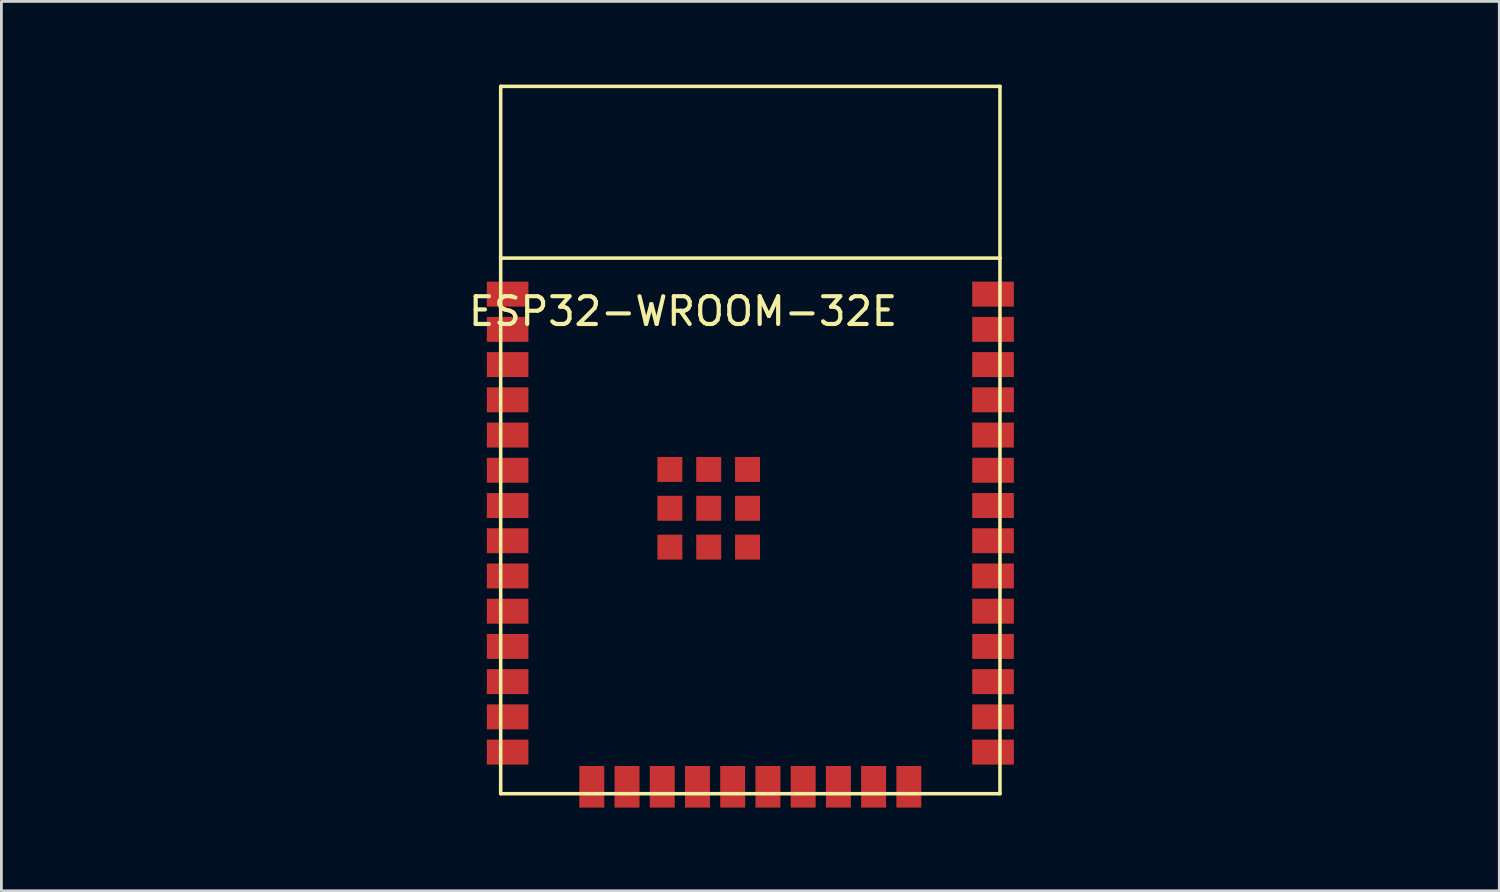
<source format=kicad_pcb>
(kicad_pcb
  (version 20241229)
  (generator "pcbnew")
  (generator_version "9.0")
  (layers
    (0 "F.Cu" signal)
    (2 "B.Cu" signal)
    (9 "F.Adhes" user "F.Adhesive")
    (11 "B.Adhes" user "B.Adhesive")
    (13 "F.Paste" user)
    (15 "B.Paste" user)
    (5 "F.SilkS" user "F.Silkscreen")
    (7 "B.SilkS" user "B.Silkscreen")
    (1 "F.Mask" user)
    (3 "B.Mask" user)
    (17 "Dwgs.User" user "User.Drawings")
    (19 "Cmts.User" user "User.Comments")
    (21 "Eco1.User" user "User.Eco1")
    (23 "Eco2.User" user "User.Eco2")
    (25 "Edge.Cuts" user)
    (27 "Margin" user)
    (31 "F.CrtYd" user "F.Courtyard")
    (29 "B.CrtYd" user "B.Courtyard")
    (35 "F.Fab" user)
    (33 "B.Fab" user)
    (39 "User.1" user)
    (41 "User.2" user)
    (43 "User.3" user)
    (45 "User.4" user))
  (footprint "ESP32-WROOM-32E"
    (layer "F.Cu")
    (at 24 15.809)
    (property "Reference" "ESP32-WROOM-32E" (at -2.425 -7.635 0) (layer "F.SilkS") (effects (font (size 1 1) (thickness 0.15))))
    (attr smd)
    (fp_line (start -9 -15.745) (end 9 -15.745) (stroke (width 0.127) (type solid)) (layer "F.SilkS"))
    (fp_line (start -9 -9.555) (end -9 -15.745) (stroke (width 0.127) (type solid)) (layer "F.SilkS"))
    (fp_line (start -9 -9.555) (end -9 9.755) (stroke (width 0.127) (type solid)) (layer "F.SilkS"))
    (fp_line (start -9 9.755) (end 9 9.755) (stroke (width 0.127) (type solid)) (layer "F.SilkS"))
    (fp_line (start 9 -15.745) (end 9 -9.555) (stroke (width 0.127) (type solid)) (layer "F.SilkS"))
    (fp_line (start 9 -9.555) (end -9 -9.555) (stroke (width 0.127) (type solid)) (layer "F.SilkS"))
    (fp_line (start 9 9.755) (end 9 -9.555) (stroke (width 0.127) (type solid)) (layer "F.SilkS"))
    (pad "1" smd rect (at -8.75 -8.255) (size 1.5 0.9) (layers "F.Cu" "F.Mask" "F.Paste"))
    (pad "2" smd rect (at -8.75 -6.985) (size 1.5 0.9) (layers "F.Cu" "F.Mask" "F.Paste"))
    (pad "3" smd rect (at -8.75 -5.715) (size 1.5 0.9) (layers "F.Cu" "F.Mask" "F.Paste"))
    (pad "4" smd rect (at -8.75 -4.445) (size 1.5 0.9) (layers "F.Cu" "F.Mask" "F.Paste"))
    (pad "5" smd rect (at -8.75 -3.175) (size 1.5 0.9) (layers "F.Cu" "F.Mask" "F.Paste"))
    (pad "6" smd rect (at -8.75 -1.905) (size 1.5 0.9) (layers "F.Cu" "F.Mask" "F.Paste"))
    (pad "7" smd rect (at -8.75 -0.635) (size 1.5 0.9) (layers "F.Cu" "F.Mask" "F.Paste"))
    (pad "8" smd rect (at -8.75 0.635) (size 1.5 0.9) (layers "F.Cu" "F.Mask" "F.Paste"))
    (pad "9" smd rect (at -8.75 1.905) (size 1.5 0.9) (layers "F.Cu" "F.Mask" "F.Paste"))
    (pad "10" smd rect (at -8.75 3.175) (size 1.5 0.9) (layers "F.Cu" "F.Mask" "F.Paste"))
    (pad "11" smd rect (at -8.75 4.445) (size 1.5 0.9) (layers "F.Cu" "F.Mask" "F.Paste"))
    (pad "12" smd rect (at -8.75 5.715) (size 1.5 0.9) (layers "F.Cu" "F.Mask" "F.Paste"))
    (pad "13" smd rect (at -8.75 6.985) (size 1.5 0.9) (layers "F.Cu" "F.Mask" "F.Paste"))
    (pad "14" smd rect (at -8.75 8.255) (size 1.5 0.9) (layers "F.Cu" "F.Mask" "F.Paste"))
    (pad "15" smd rect (at -5.715 9.505 90) (size 1.5 0.9) (layers "F.Cu" "F.Mask" "F.Paste"))
    (pad "16" smd rect (at -4.445 9.505 90) (size 1.5 0.9) (layers "F.Cu" "F.Mask" "F.Paste"))
    (pad "17" smd rect (at -3.175 9.505 90) (size 1.5 0.9) (layers "F.Cu" "F.Mask" "F.Paste"))
    (pad "18" smd rect (at -1.905 9.505 90) (size 1.5 0.9) (layers "F.Cu" "F.Mask" "F.Paste"))
    (pad "19" smd rect (at -0.635 9.505 90) (size 1.5 0.9) (layers "F.Cu" "F.Mask" "F.Paste"))
    (pad "20" smd rect (at 0.635 9.505 90) (size 1.5 0.9) (layers "F.Cu" "F.Mask" "F.Paste"))
    (pad "21" smd rect (at 1.905 9.505 90) (size 1.5 0.9) (layers "F.Cu" "F.Mask" "F.Paste"))
    (pad "22" smd rect (at 3.175 9.505 90) (size 1.5 0.9) (layers "F.Cu" "F.Mask" "F.Paste"))
    (pad "23" smd rect (at 4.445 9.505 90) (size 1.5 0.9) (layers "F.Cu" "F.Mask" "F.Paste"))
    (pad "24" smd rect (at 5.715 9.505 90) (size 1.5 0.9) (layers "F.Cu" "F.Mask" "F.Paste"))
    (pad "25" smd rect (at 8.75 8.255 180) (size 1.5 0.9) (layers "F.Cu" "F.Mask" "F.Paste"))
    (pad "26" smd rect (at 8.75 6.985 180) (size 1.5 0.9) (layers "F.Cu" "F.Mask" "F.Paste"))
    (pad "27" smd rect (at 8.75 5.715 180) (size 1.5 0.9) (layers "F.Cu" "F.Mask" "F.Paste"))
    (pad "28" smd rect (at 8.75 4.445 180) (size 1.5 0.9) (layers "F.Cu" "F.Mask" "F.Paste"))
    (pad "29" smd rect (at 8.75 3.175 180) (size 1.5 0.9) (layers "F.Cu" "F.Mask" "F.Paste"))
    (pad "30" smd rect (at 8.75 1.905 180) (size 1.5 0.9) (layers "F.Cu" "F.Mask" "F.Paste"))
    (pad "31" smd rect (at 8.75 0.635 180) (size 1.5 0.9) (layers "F.Cu" "F.Mask" "F.Paste"))
    (pad "32" smd rect (at 8.75 -0.635 180) (size 1.5 0.9) (layers "F.Cu" "F.Mask" "F.Paste"))
    (pad "33" smd rect (at 8.75 -1.905 180) (size 1.5 0.9) (layers "F.Cu" "F.Mask" "F.Paste"))
    (pad "34" smd rect (at 8.75 -3.175 180) (size 1.5 0.9) (layers "F.Cu" "F.Mask" "F.Paste"))
    (pad "35" smd rect (at 8.75 -4.445 180) (size 1.5 0.9) (layers "F.Cu" "F.Mask" "F.Paste"))
    (pad "36" smd rect (at 8.75 -5.715 180) (size 1.5 0.9) (layers "F.Cu" "F.Mask" "F.Paste"))
    (pad "37" smd rect (at 8.75 -6.985 180) (size 1.5 0.9) (layers "F.Cu" "F.Mask" "F.Paste"))
    (pad "38" smd rect (at 8.75 -8.255 180) (size 1.5 0.9) (layers "F.Cu" "F.Mask" "F.Paste"))
    (pad "GND@39" smd rect (at -2.9 -1.935) (size 0.9 0.9) (layers "F.Cu" "F.Mask" "F.Paste"))
    (pad "GND@40" smd rect (at -1.5 -1.935) (size 0.9 0.9) (layers "F.Cu" "F.Mask" "F.Paste"))
    (pad "GND@41" smd rect (at -0.1 -1.935) (size 0.9 0.9) (layers "F.Cu" "F.Mask" "F.Paste"))
    (pad "GND@42" smd rect (at -2.9 -0.535) (size 0.9 0.9) (layers "F.Cu" "F.Mask" "F.Paste"))
    (pad "GND@43" smd rect (at -1.5 -0.535) (size 0.9 0.9) (layers "F.Cu" "F.Mask" "F.Paste"))
    (pad "GND@44" smd rect (at -0.1 -0.535) (size 0.9 0.9) (layers "F.Cu" "F.Mask" "F.Paste"))
    (pad "GND@45" smd rect (at -2.9 0.865) (size 0.9 0.9) (layers "F.Cu" "F.Mask" "F.Paste"))
    (pad "GND@46" smd rect (at -1.5 0.865) (size 0.9 0.9) (layers "F.Cu" "F.Mask" "F.Paste"))
    (pad "GND@47" smd rect (at -0.1 0.865) (size 0.9 0.9) (layers "F.Cu" "F.Mask" "F.Paste"))
    (zone (net_name "") (layers "F.Cu" "B.Cu") (hatch full 0.508) (connect_pads) (min_thickness 0.01) (filled_areas_thickness no) (keepout (tracks not_allowed) (vias not_allowed) (pads not_allowed) (copperpour not_allowed) (footprints allowed)) (placement (enabled no)) (fill) (polygon (pts (xy 0 0.064) (xy 48 0.064) (xy 48 6.253) (xy 0 6.253)))))
  (gr_rect
    (start -3 -3)
    (end 51 29.064)
    (stroke (width 0.1) (type default))
    (fill no)
    (layer "Edge.Cuts")))
</source>
